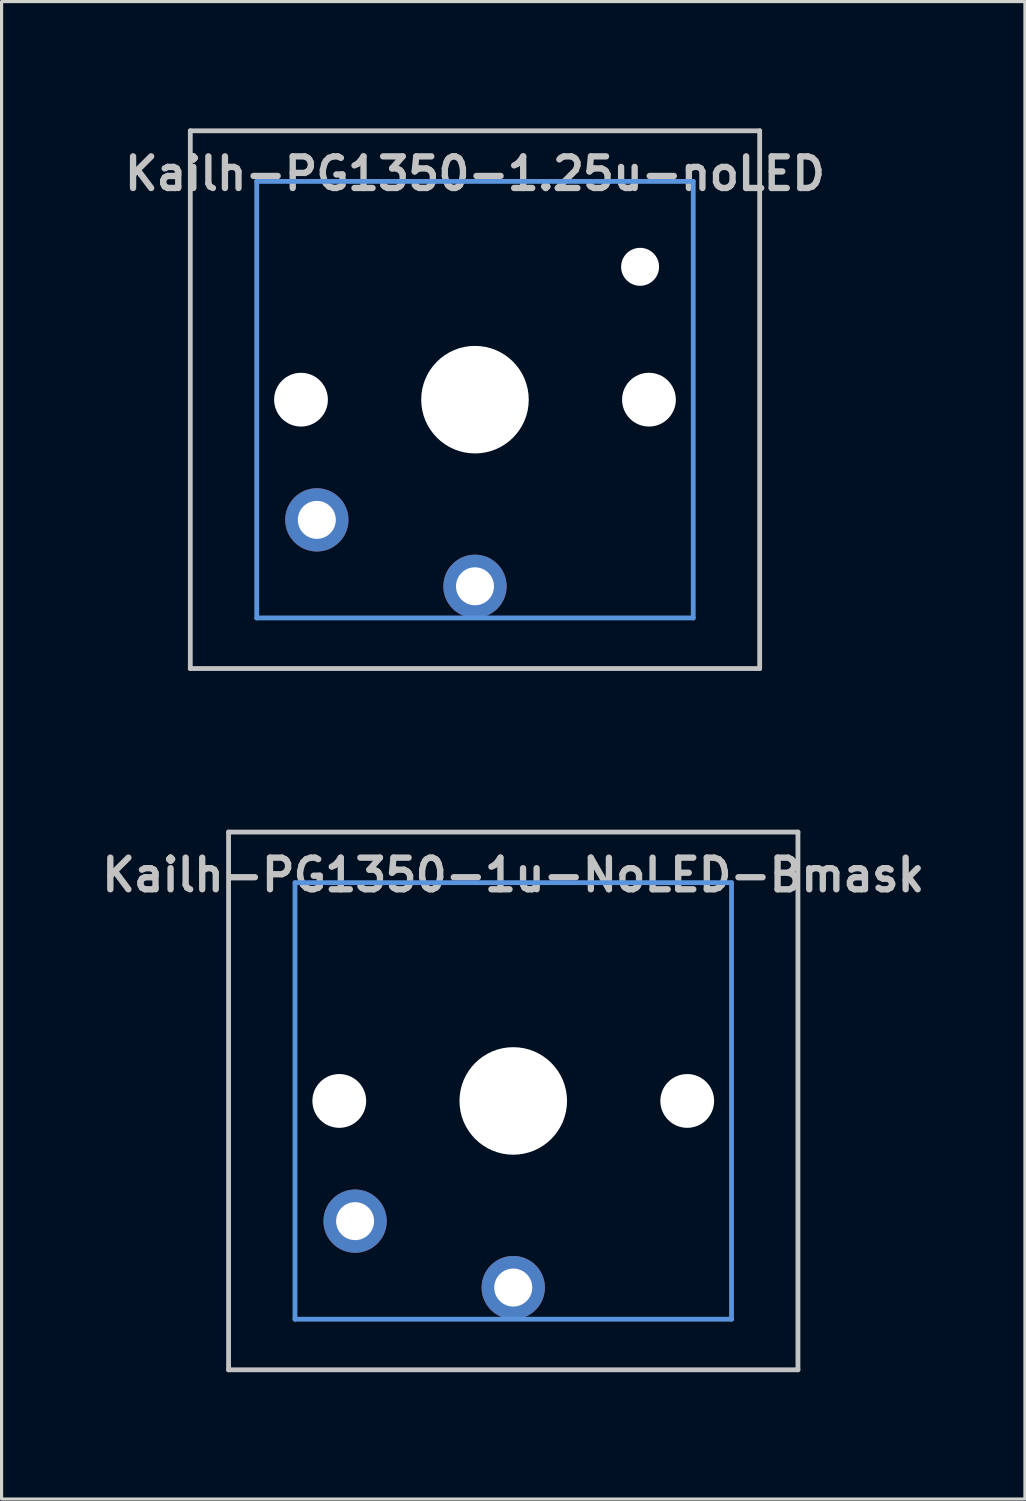
<source format=kicad_pcb>
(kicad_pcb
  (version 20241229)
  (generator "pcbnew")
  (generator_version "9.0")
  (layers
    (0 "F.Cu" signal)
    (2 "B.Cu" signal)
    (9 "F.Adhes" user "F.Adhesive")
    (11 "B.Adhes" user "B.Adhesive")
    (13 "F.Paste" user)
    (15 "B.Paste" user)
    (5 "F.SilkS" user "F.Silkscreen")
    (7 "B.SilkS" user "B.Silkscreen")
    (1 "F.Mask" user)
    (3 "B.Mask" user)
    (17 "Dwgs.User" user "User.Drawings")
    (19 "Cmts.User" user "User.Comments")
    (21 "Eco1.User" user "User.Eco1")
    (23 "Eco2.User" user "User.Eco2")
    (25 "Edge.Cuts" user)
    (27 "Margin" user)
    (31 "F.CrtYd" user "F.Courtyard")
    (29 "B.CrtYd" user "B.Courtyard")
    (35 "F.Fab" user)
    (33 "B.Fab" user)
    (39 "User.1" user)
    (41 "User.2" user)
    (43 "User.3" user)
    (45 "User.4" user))
  (footprint "Kailh-PG1350-1.25u-noLED"
    (layer "F.Cu")
    (at 11.966 9.585)
    (property "Reference" "Kailh-PG1350-1.25u-noLED" (at 0 -7.144 180) (layer "Dwgs.User") (effects (font (size 1 1) (thickness 0.2))))
    (attr through_hole)
    (fp_line (start -9 -8.5) (end 9 -8.5) (stroke (width 0.152) (type solid)) (layer "Dwgs.User"))
    (fp_line (start -9 8.5) (end -9 -8.5) (stroke (width 0.152) (type solid)) (layer "Dwgs.User"))
    (fp_line (start 9 -8.5) (end 9 8.5) (stroke (width 0.152) (type solid)) (layer "Dwgs.User"))
    (fp_line (start 9 8.5) (end -9 8.5) (stroke (width 0.152) (type solid)) (layer "Dwgs.User"))
    (fp_line (start -6.9 -6.9) (end 6.9 -6.9) (stroke (width 0.152) (type solid)) (layer "Cmts.User"))
    (fp_line (start -6.9 6.9) (end -6.9 -6.9) (stroke (width 0.152) (type solid)) (layer "Cmts.User"))
    (fp_line (start 6.9 -6.9) (end 6.9 6.9) (stroke (width 0.152) (type solid)) (layer "Cmts.User"))
    (fp_line (start 6.9 6.9) (end -6.9 6.9) (stroke (width 0.152) (type solid)) (layer "Cmts.User"))
    (fp_line (start -11.906 -9.525) (end -11.906 9.525) (stroke (width 0.12) (type solid)) (layer "Eco1.User"))
    (fp_line (start -11.906 -9.525) (end 11.906 -9.525) (stroke (width 0.12) (type solid)) (layer "Eco1.User"))
    (fp_line (start -11.906 9.525) (end 11.906 9.525) (stroke (width 0.12) (type solid)) (layer "Eco1.User"))
    (fp_line (start 11.906 -9.525) (end 11.906 9.525) (stroke (width 0.12) (type solid)) (layer "Eco1.User"))
    (fp_line (start -7.5 -7.5) (end 7.5 -7.5) (stroke (width 0.152) (type solid)) (layer "Eco2.User"))
    (fp_line (start -7.5 7.5) (end -7.5 -7.5) (stroke (width 0.152) (type solid)) (layer "Eco2.User"))
    (fp_line (start 7.5 -7.5) (end 7.5 7.5) (stroke (width 0.152) (type solid)) (layer "Eco2.User"))
    (fp_line (start 7.5 7.5) (end -7.5 7.5) (stroke (width 0.152) (type solid)) (layer "Eco2.User"))
    (pad "" np_thru_hole circle (at -5.5 0 180) (size 1.7 1.7) (drill 1.7) (layers "*.Cu" "*.Mask"))
    (pad "" np_thru_hole circle (at 0 0 180) (size 3.4 3.4) (drill 3.4) (layers "*.Cu" "*.Mask"))
    (pad "" np_thru_hole circle (at 5.22 -4.2 180) (size 1.2 1.2) (drill 1.2) (layers "*.Cu" "*.Mask"))
    (pad "" np_thru_hole circle (at 5.5 0 180) (size 1.7 1.7) (drill 1.7) (layers "*.Cu" "*.Mask"))
    (pad "1" thru_hole circle (at 0 5.9 180) (size 2 2) (drill 1.2) (layers "*.Cu" "B.Mask"))
    (pad "2" thru_hole circle (at -5 3.8 41.9) (size 2 2) (drill 1.2) (layers "*.Cu" "B.Mask")))
  (footprint "Kailh-PG1350-1u-NoLED-Bmask"
    (layer "F.Cu")
    (at 13.176 31.755)
    (property "Reference" "Kailh-PG1350-1u-NoLED-Bmask" (at 0 -7.144 180) (layer "Dwgs.User") (effects (font (size 1 1) (thickness 0.2))))
    (attr through_hole)
    (fp_line (start -9 -8.5) (end 9 -8.5) (stroke (width 0.152) (type solid)) (layer "Dwgs.User"))
    (fp_line (start -9 8.5) (end -9 -8.5) (stroke (width 0.152) (type solid)) (layer "Dwgs.User"))
    (fp_line (start 9 -8.5) (end 9 8.5) (stroke (width 0.152) (type solid)) (layer "Dwgs.User"))
    (fp_line (start 9 8.5) (end -9 8.5) (stroke (width 0.152) (type solid)) (layer "Dwgs.User"))
    (fp_line (start -6.9 -6.9) (end 6.9 -6.9) (stroke (width 0.152) (type solid)) (layer "Cmts.User"))
    (fp_line (start -6.9 6.9) (end -6.9 -6.9) (stroke (width 0.152) (type solid)) (layer "Cmts.User"))
    (fp_line (start 6.9 -6.9) (end 6.9 6.9) (stroke (width 0.152) (type solid)) (layer "Cmts.User"))
    (fp_line (start 6.9 6.9) (end -6.9 6.9) (stroke (width 0.152) (type solid)) (layer "Cmts.User"))
    (fp_line (start -9.525 -9.525) (end -9.525 9.525) (stroke (width 0.12) (type solid)) (layer "Eco1.User"))
    (fp_line (start -9.525 -9.525) (end 9.525 -9.525) (stroke (width 0.12) (type solid)) (layer "Eco1.User"))
    (fp_line (start -9.525 9.525) (end 9.525 9.525) (stroke (width 0.12) (type solid)) (layer "Eco1.User"))
    (fp_line (start 9.525 -9.525) (end 9.525 9.525) (stroke (width 0.12) (type solid)) (layer "Eco1.User"))
    (fp_line (start -7.5 -7.5) (end 7.5 -7.5) (stroke (width 0.152) (type solid)) (layer "Eco2.User"))
    (fp_line (start -7.5 7.5) (end -7.5 -7.5) (stroke (width 0.152) (type solid)) (layer "Eco2.User"))
    (fp_line (start 7.5 -7.5) (end 7.5 7.5) (stroke (width 0.152) (type solid)) (layer "Eco2.User"))
    (fp_line (start 7.5 7.5) (end -7.5 7.5) (stroke (width 0.152) (type solid)) (layer "Eco2.User"))
    (pad "" np_thru_hole circle (at -5.5 0 180) (size 1.7 1.7) (drill 1.7) (layers "*.Cu" "*.Mask"))
    (pad "" np_thru_hole circle (at 0 0 180) (size 3.4 3.4) (drill 3.4) (layers "*.Cu" "*.Mask"))
    (pad "" np_thru_hole circle (at 5.5 0 180) (size 1.7 1.7) (drill 1.7) (layers "*.Cu" "*.Mask"))
    (pad "1" thru_hole circle (at 0 5.9 180) (size 2 2) (drill 1.2) (layers "*.Cu" "B.Mask"))
    (pad "2" thru_hole circle (at -5 3.8 41.9) (size 2 2) (drill 1.2) (layers "*.Cu" "B.Mask")))
  (gr_rect
    (start -3 -3)
    (end 29.352 44.34)
    (stroke (width 0.1) (type default))
    (fill no)
    (layer "Edge.Cuts")))
</source>
